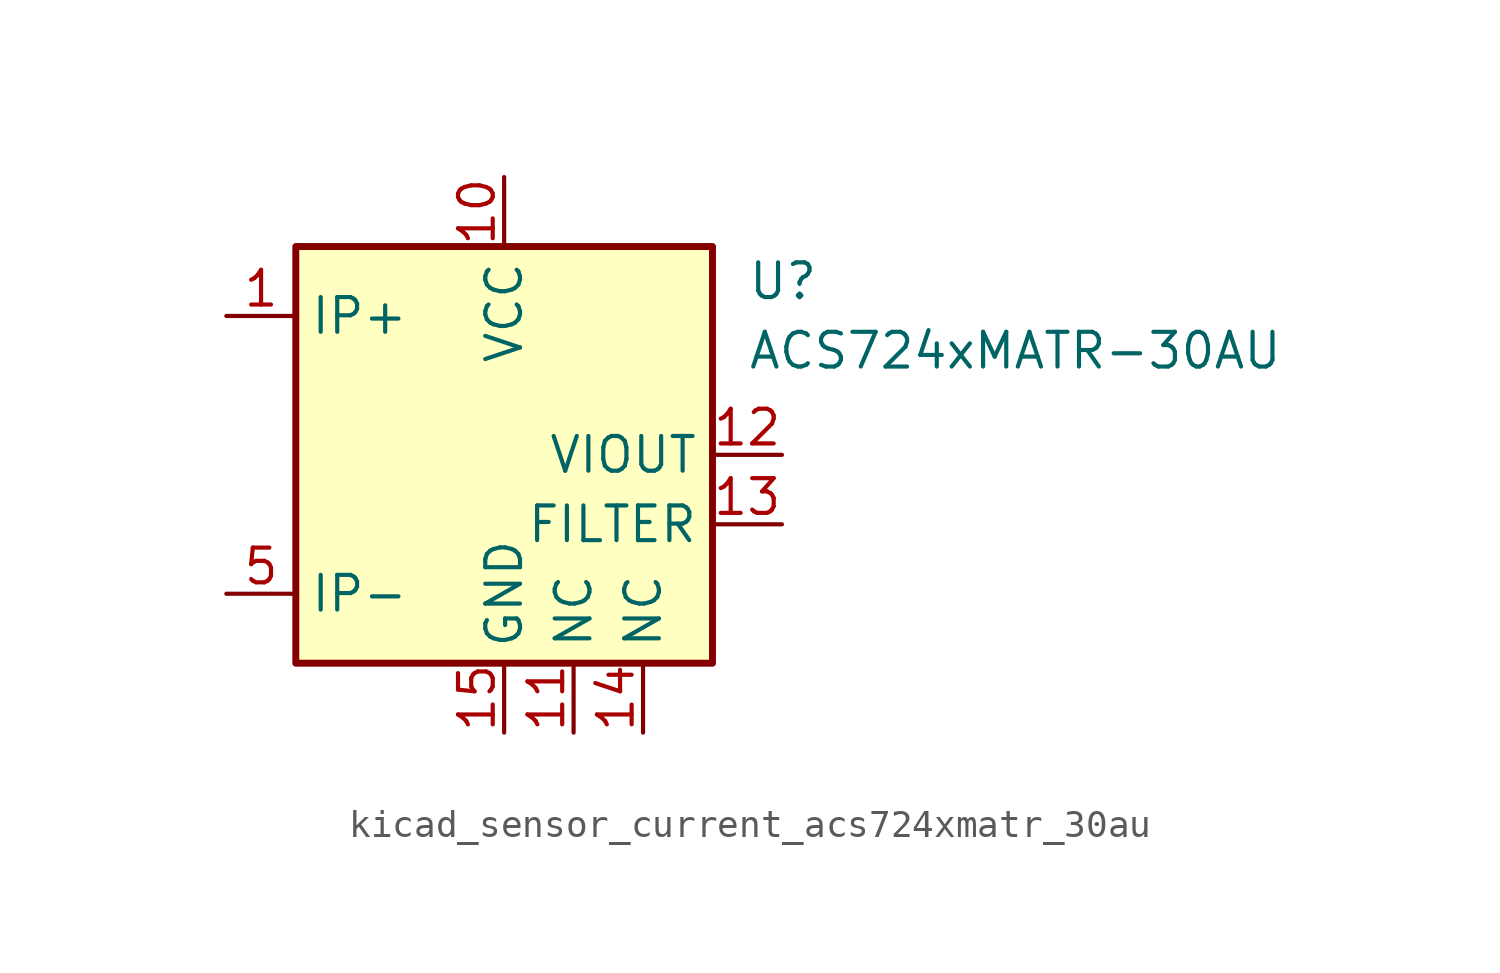
<source format=kicad_sym>
(kicad_symbol_lib
  (version 20220914)
  (generator kicad_symbol_editor)
  (symbol "kicad_sensor_current_acs724xmatr_30au"
    (property "Reference" "U"
      (at 8.89 6.35 0)
      (effects (font (size 1.27 1.27)) (justify left)))
    (property "Value" "ACS724xMATR-30AU"
      (at 8.89 3.81 0)
      (effects (font (size 1.27 1.27)) (justify left)))
    (symbol "kicad_sensor_current_acs724xmatr_30au_0_1"
      (rectangle (start -7.62 7.62) (end 7.62 -7.62) (stroke (width 0.254) (type default)) (fill (type background))))
    (symbol "kicad_sensor_current_acs724xmatr_30au_1_1"
      (pin passive line (at -10.16 5.08 0) (length 2.54) (name "IP+" (effects (font (size 1.27 1.27)))) (number "1" (effects (font (size 1.27 1.27)))))
      (pin power_in line (at 0 10.16 270) (length 2.54) (name "VCC" (effects (font (size 1.27 1.27)))) (number "10" (effects (font (size 1.27 1.27)))))
      (pin passive line (at 2.54 -10.16 90) (length 2.54) (name "NC" (effects (font (size 1.27 1.27)))) (number "11" (effects (font (size 1.27 1.27)))))
      (pin output line (at 10.16 0 180) (length 2.54) (name "VIOUT" (effects (font (size 1.27 1.27)))) (number "12" (effects (font (size 1.27 1.27)))))
      (pin passive line (at 10.16 -2.54 180) (length 2.54) (name "FILTER" (effects (font (size 1.27 1.27)))) (number "13" (effects (font (size 1.27 1.27)))))
      (pin passive line (at 5.08 -10.16 90) (length 2.54) (name "NC" (effects (font (size 1.27 1.27)))) (number "14" (effects (font (size 1.27 1.27)))))
      (pin power_in line (at 0 -10.16 90) (length 2.54) (name "GND" (effects (font (size 1.27 1.27)))) (number "15" (effects (font (size 1.27 1.27)))))
      (pin no_connect line (at 7.62 2.54 180) (length 2.54) hide (name "NC" (effects (font (size 1.27 1.27)))) (number "16" (effects (font (size 1.27 1.27)))))
      (pin passive line (at -10.16 5.08 0) (length 2.54) hide (name "IP+" (effects (font (size 1.27 1.27)))) (number "2" (effects (font (size 1.27 1.27)))))
      (pin passive line (at -10.16 5.08 0) (length 2.54) hide (name "IP+" (effects (font (size 1.27 1.27)))) (number "3" (effects (font (size 1.27 1.27)))))
      (pin passive line (at -10.16 5.08 0) (length 2.54) hide (name "IP+" (effects (font (size 1.27 1.27)))) (number "4" (effects (font (size 1.27 1.27)))))
      (pin passive line (at -10.16 -5.08 0) (length 2.54) (name "IP-" (effects (font (size 1.27 1.27)))) (number "5" (effects (font (size 1.27 1.27)))))
      (pin passive line (at -10.16 -5.08 0) (length 2.54) hide (name "IP-" (effects (font (size 1.27 1.27)))) (number "6" (effects (font (size 1.27 1.27)))))
      (pin passive line (at -10.16 -5.08 0) (length 2.54) hide (name "IP-" (effects (font (size 1.27 1.27)))) (number "7" (effects (font (size 1.27 1.27)))))
      (pin passive line (at -10.16 -5.08 0) (length 2.54) hide (name "IP-" (effects (font (size 1.27 1.27)))) (number "8" (effects (font (size 1.27 1.27)))))
      (pin no_connect line (at 7.62 5.08 180) (length 2.54) hide (name "NC" (effects (font (size 1.27 1.27)))) (number "9" (effects (font (size 1.27 1.27))))))))
</source>
